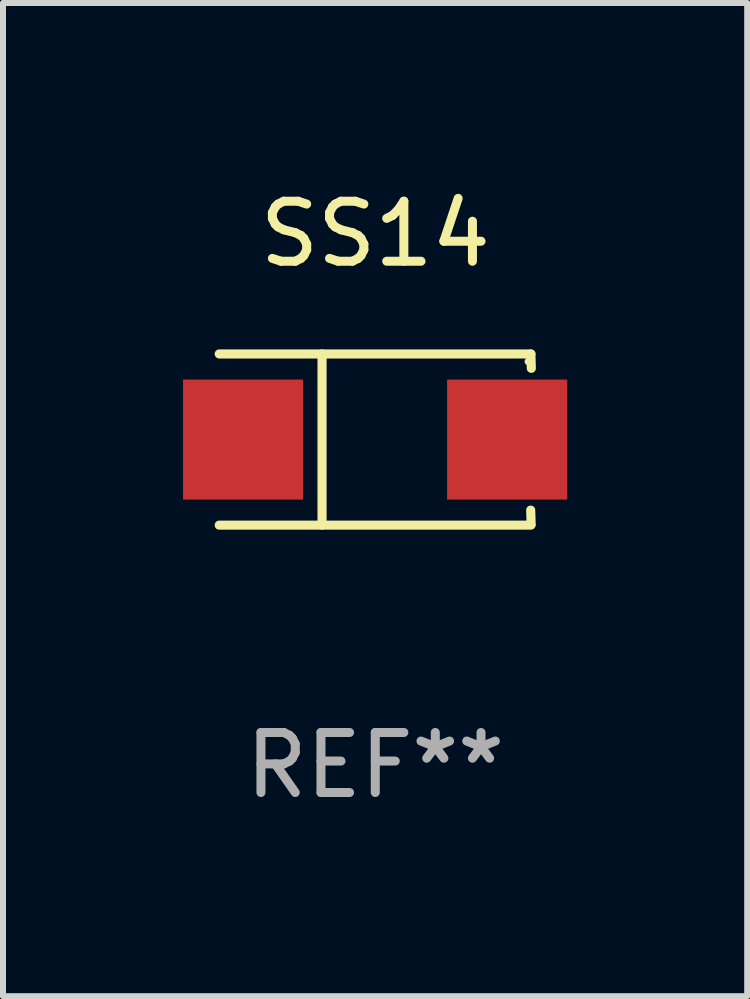
<source format=kicad_pcb>
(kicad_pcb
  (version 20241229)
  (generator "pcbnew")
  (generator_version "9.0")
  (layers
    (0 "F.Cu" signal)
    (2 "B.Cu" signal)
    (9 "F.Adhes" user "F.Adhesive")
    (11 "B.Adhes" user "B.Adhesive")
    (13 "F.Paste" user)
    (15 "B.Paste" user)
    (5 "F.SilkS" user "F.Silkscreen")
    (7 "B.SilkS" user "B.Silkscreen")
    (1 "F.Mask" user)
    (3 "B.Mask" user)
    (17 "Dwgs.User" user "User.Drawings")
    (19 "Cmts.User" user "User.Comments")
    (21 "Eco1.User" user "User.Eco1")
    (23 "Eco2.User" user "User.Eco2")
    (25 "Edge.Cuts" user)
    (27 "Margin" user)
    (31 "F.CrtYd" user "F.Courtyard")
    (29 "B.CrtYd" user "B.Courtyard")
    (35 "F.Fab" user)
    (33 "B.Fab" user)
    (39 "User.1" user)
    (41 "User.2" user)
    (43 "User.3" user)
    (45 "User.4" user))
  (footprint "SS14"
    (layer "F.Cu")
    (at 3.203 4.274)
    (property "Reference" "SS14" (at 0 -3.426 0) (layer "F.SilkS") (effects (font (size 1 1) (thickness 0.15))))
    (attr through_hole)
    (fp_line (start -2.6 -1.426) (end 2.593 -1.426) (stroke (width 0.152) (type solid)) (layer "F.SilkS"))
    (fp_line (start -2.6 1.426) (end 2.593 1.426) (stroke (width 0.152) (type solid)) (layer "F.SilkS"))
    (fp_line (start -0.887 -1.426) (end -0.887 1.426) (stroke (width 0.152) (type solid)) (layer "F.SilkS"))
    (fp_line (start 2.59 1.176) (end 2.597 1.415) (stroke (width 0.152) (type solid)) (layer "F.SilkS"))
    (fp_line (start 2.593 -1.426) (end 2.6 -1.187) (stroke (width 0.152) (type solid)) (layer "F.SilkS"))
    (fp_circle (center 2.547 -1.3) (end 2.577 -1.3) (stroke (width 0.06) (type solid)) (fill no) (layer "F.SilkS"))
    (fp_text user "REF**" (at 0 5.426 0) (layer "F.Fab") (effects (font (size 1 1) (thickness 0.15))))
    (pad "1" smd rect (at 2.197 -0.000025 180) (size 2 2) (layers "F.Cu" "F.Mask" "F.Paste"))
    (pad "2" smd rect (at -2.203 -0.000025 180) (size 2 2) (layers "F.Cu" "F.Mask" "F.Paste")))
  (gr_rect
    (start -3 -3)
    (end 9.4 13.549)
    (stroke (width 0.1) (type default))
    (fill no)
    (layer "Edge.Cuts")))
</source>
